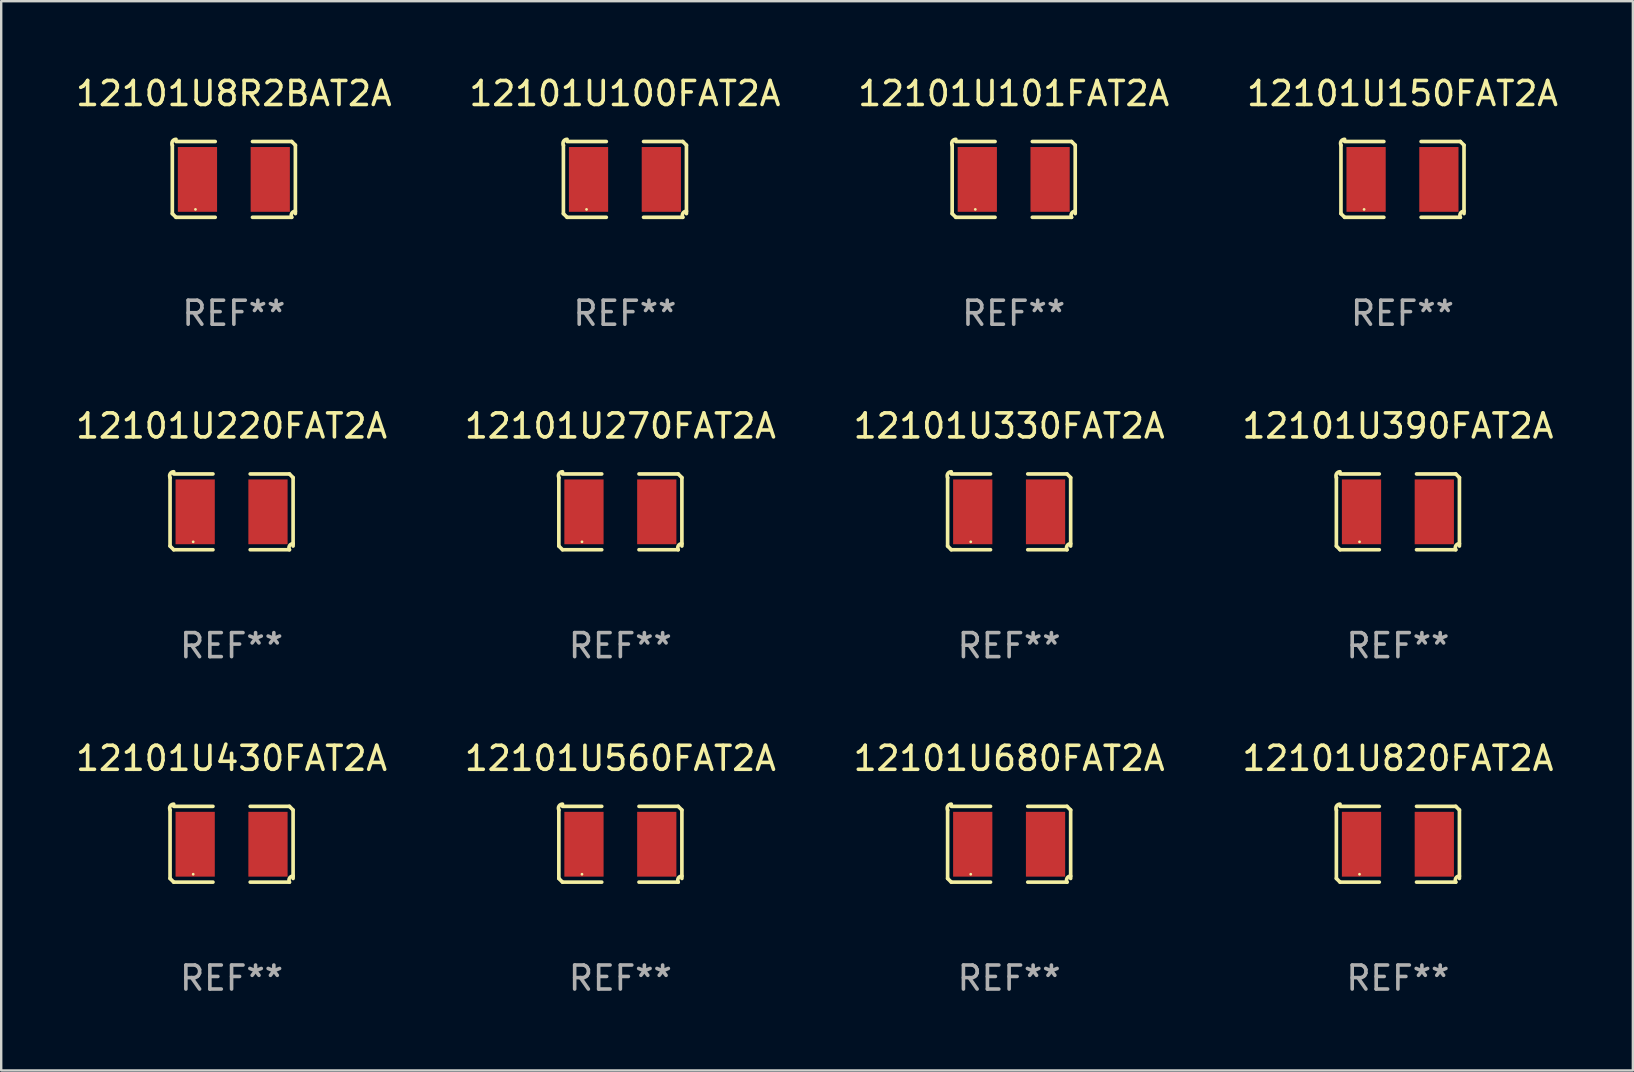
<source format=kicad_pcb>
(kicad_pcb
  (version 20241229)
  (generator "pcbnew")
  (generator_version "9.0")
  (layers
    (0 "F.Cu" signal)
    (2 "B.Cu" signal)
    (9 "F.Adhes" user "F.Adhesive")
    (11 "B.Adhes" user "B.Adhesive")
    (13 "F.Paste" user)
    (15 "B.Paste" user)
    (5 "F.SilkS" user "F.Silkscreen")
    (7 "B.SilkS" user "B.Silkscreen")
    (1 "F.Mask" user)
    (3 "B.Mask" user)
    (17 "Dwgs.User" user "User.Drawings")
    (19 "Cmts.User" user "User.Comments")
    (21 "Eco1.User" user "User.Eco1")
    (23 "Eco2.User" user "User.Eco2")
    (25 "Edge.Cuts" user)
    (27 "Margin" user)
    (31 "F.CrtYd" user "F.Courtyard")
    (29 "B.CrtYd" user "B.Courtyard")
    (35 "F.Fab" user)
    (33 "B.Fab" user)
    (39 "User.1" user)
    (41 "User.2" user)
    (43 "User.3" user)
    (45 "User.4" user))
  (footprint "12101U220FAT2A"
    (layer "F.Cu")
    (at 6.601 18.281)
    (property "Reference" "12101U220FAT2A" (at 0 -3.579 0) (layer "F.SilkS") (effects (font (size 1 1) (thickness 0.15))))
    (attr through_hole)
    (fp_line (start -2.564 1.426) (end -2.564 -1.426) (stroke (width 0.152) (type solid)) (layer "F.SilkS"))
    (fp_line (start -2.411 -1.579) (end -0.776 -1.579) (stroke (width 0.152) (type solid)) (layer "F.SilkS"))
    (fp_line (start -0.776 1.579) (end -2.411 1.579) (stroke (width 0.152) (type solid)) (layer "F.SilkS"))
    (fp_line (start 0.776 1.579) (end 2.411 1.579) (stroke (width 0.152) (type solid)) (layer "F.SilkS"))
    (fp_line (start 2.411 -1.579) (end 0.776 -1.579) (stroke (width 0.152) (type solid)) (layer "F.SilkS"))
    (fp_line (start 2.564 1.426) (end 2.564 -1.426) (stroke (width 0.152) (type solid)) (layer "F.SilkS"))
    (fp_arc (start -2.563602 -1.426213) (mid -2.555597 -1.591233) (end -2.411201 -1.671518) (stroke (width 0.1524) (type solid)) (layer "F.SilkS"))
    (fp_arc (start -2.5636 1.426214) (mid -2.487389 1.502402) (end -2.411201 1.578613) (stroke (width 0.1524) (type solid)) (layer "F.SilkS"))
    (fp_arc (start 2.411197 -1.578618) (mid 2.487403 -1.502419) (end 2.563602 -1.426213) (stroke (width 0.1524) (type solid)) (layer "F.SilkS"))
    (fp_arc (start 2.411201 1.578613) (mid 2.416214 1.409455) (end 2.563602 1.32629) (stroke (width 0.1524) (type solid)) (layer "F.SilkS"))
    (fp_circle (center -1.6 1.25) (end -1.57 1.25) (stroke (width 0.06) (type solid)) (fill no) (layer "F.SilkS"))
    (fp_text user "REF**" (at 0 5.579 0) (layer "F.Fab") (effects (font (size 1 1) (thickness 0.15))))
    (pad "1" smd rect (at -1.517 0) (size 1.635 2.7) (layers "F.Cu" "F.Mask" "F.Paste"))
    (pad "2" smd rect (at 1.517 0) (size 1.635 2.7) (layers "F.Cu" "F.Mask" "F.Paste")))
  (footprint "12101U680FAT2A"
    (layer "F.Cu")
    (at 39.006 32.134)
    (property "Reference" "12101U680FAT2A" (at 0 -3.579 0) (layer "F.SilkS") (effects (font (size 1 1) (thickness 0.15))))
    (attr through_hole)
    (fp_line (start -2.564 1.426) (end -2.564 -1.426) (stroke (width 0.152) (type solid)) (layer "F.SilkS"))
    (fp_line (start -2.411 -1.579) (end -0.776 -1.579) (stroke (width 0.152) (type solid)) (layer "F.SilkS"))
    (fp_line (start -0.776 1.579) (end -2.411 1.579) (stroke (width 0.152) (type solid)) (layer "F.SilkS"))
    (fp_line (start 0.776 1.579) (end 2.411 1.579) (stroke (width 0.152) (type solid)) (layer "F.SilkS"))
    (fp_line (start 2.411 -1.579) (end 0.776 -1.579) (stroke (width 0.152) (type solid)) (layer "F.SilkS"))
    (fp_line (start 2.564 1.426) (end 2.564 -1.426) (stroke (width 0.152) (type solid)) (layer "F.SilkS"))
    (fp_arc (start -2.563602 -1.426213) (mid -2.555597 -1.591233) (end -2.411201 -1.671518) (stroke (width 0.1524) (type solid)) (layer "F.SilkS"))
    (fp_arc (start -2.5636 1.426214) (mid -2.487389 1.502402) (end -2.411201 1.578613) (stroke (width 0.1524) (type solid)) (layer "F.SilkS"))
    (fp_arc (start 2.411197 -1.578618) (mid 2.487403 -1.502419) (end 2.563602 -1.426213) (stroke (width 0.1524) (type solid)) (layer "F.SilkS"))
    (fp_arc (start 2.411201 1.578613) (mid 2.416214 1.409455) (end 2.563602 1.32629) (stroke (width 0.1524) (type solid)) (layer "F.SilkS"))
    (fp_circle (center -1.6 1.25) (end -1.57 1.25) (stroke (width 0.06) (type solid)) (fill no) (layer "F.SilkS"))
    (fp_text user "REF**" (at 0 5.579 0) (layer "F.Fab") (effects (font (size 1 1) (thickness 0.15))))
    (pad "1" smd rect (at -1.517 0) (size 1.635 2.7) (layers "F.Cu" "F.Mask" "F.Paste"))
    (pad "2" smd rect (at 1.517 0) (size 1.635 2.7) (layers "F.Cu" "F.Mask" "F.Paste")))
  (footprint "12101U270FAT2A"
    (layer "F.Cu")
    (at 22.804 18.281)
    (property "Reference" "12101U270FAT2A" (at 0 -3.579 0) (layer "F.SilkS") (effects (font (size 1 1) (thickness 0.15))))
    (attr through_hole)
    (fp_line (start -2.564 1.426) (end -2.564 -1.426) (stroke (width 0.152) (type solid)) (layer "F.SilkS"))
    (fp_line (start -2.411 -1.579) (end -0.776 -1.579) (stroke (width 0.152) (type solid)) (layer "F.SilkS"))
    (fp_line (start -0.776 1.579) (end -2.411 1.579) (stroke (width 0.152) (type solid)) (layer "F.SilkS"))
    (fp_line (start 0.776 1.579) (end 2.411 1.579) (stroke (width 0.152) (type solid)) (layer "F.SilkS"))
    (fp_line (start 2.411 -1.579) (end 0.776 -1.579) (stroke (width 0.152) (type solid)) (layer "F.SilkS"))
    (fp_line (start 2.564 1.426) (end 2.564 -1.426) (stroke (width 0.152) (type solid)) (layer "F.SilkS"))
    (fp_arc (start -2.563602 -1.426213) (mid -2.555597 -1.591233) (end -2.411201 -1.671518) (stroke (width 0.1524) (type solid)) (layer "F.SilkS"))
    (fp_arc (start -2.5636 1.426214) (mid -2.487389 1.502402) (end -2.411201 1.578613) (stroke (width 0.1524) (type solid)) (layer "F.SilkS"))
    (fp_arc (start 2.411197 -1.578618) (mid 2.487403 -1.502419) (end 2.563602 -1.426213) (stroke (width 0.1524) (type solid)) (layer "F.SilkS"))
    (fp_arc (start 2.411201 1.578613) (mid 2.416214 1.409455) (end 2.563602 1.32629) (stroke (width 0.1524) (type solid)) (layer "F.SilkS"))
    (fp_circle (center -1.6 1.25) (end -1.57 1.25) (stroke (width 0.06) (type solid)) (fill no) (layer "F.SilkS"))
    (fp_text user "REF**" (at 0 5.579 0) (layer "F.Fab") (effects (font (size 1 1) (thickness 0.15))))
    (pad "1" smd rect (at -1.517 0) (size 1.635 2.7) (layers "F.Cu" "F.Mask" "F.Paste"))
    (pad "2" smd rect (at 1.517 0) (size 1.635 2.7) (layers "F.Cu" "F.Mask" "F.Paste")))
  (footprint "12101U8R2BAT2A"
    (layer "F.Cu")
    (at 6.696 4.427)
    (property "Reference" "12101U8R2BAT2A" (at 0 -3.579 0) (layer "F.SilkS") (effects (font (size 1 1) (thickness 0.15))))
    (attr through_hole)
    (fp_line (start -2.564 1.426) (end -2.564 -1.426) (stroke (width 0.152) (type solid)) (layer "F.SilkS"))
    (fp_line (start -2.411 -1.579) (end -0.776 -1.579) (stroke (width 0.152) (type solid)) (layer "F.SilkS"))
    (fp_line (start -0.776 1.579) (end -2.411 1.579) (stroke (width 0.152) (type solid)) (layer "F.SilkS"))
    (fp_line (start 0.776 1.579) (end 2.411 1.579) (stroke (width 0.152) (type solid)) (layer "F.SilkS"))
    (fp_line (start 2.411 -1.579) (end 0.776 -1.579) (stroke (width 0.152) (type solid)) (layer "F.SilkS"))
    (fp_line (start 2.564 1.426) (end 2.564 -1.426) (stroke (width 0.152) (type solid)) (layer "F.SilkS"))
    (fp_arc (start -2.563602 -1.426213) (mid -2.555597 -1.591233) (end -2.411201 -1.671518) (stroke (width 0.1524) (type solid)) (layer "F.SilkS"))
    (fp_arc (start -2.5636 1.426214) (mid -2.487389 1.502402) (end -2.411201 1.578613) (stroke (width 0.1524) (type solid)) (layer "F.SilkS"))
    (fp_arc (start 2.411197 -1.578618) (mid 2.487403 -1.502419) (end 2.563602 -1.426213) (stroke (width 0.1524) (type solid)) (layer "F.SilkS"))
    (fp_arc (start 2.411201 1.578613) (mid 2.416214 1.409455) (end 2.563602 1.32629) (stroke (width 0.1524) (type solid)) (layer "F.SilkS"))
    (fp_circle (center -1.6 1.25) (end -1.57 1.25) (stroke (width 0.06) (type solid)) (fill no) (layer "F.SilkS"))
    (fp_text user "REF**" (at 0 5.579 0) (layer "F.Fab") (effects (font (size 1 1) (thickness 0.15))))
    (pad "1" smd rect (at -1.517 0) (size 1.635 2.7) (layers "F.Cu" "F.Mask" "F.Paste"))
    (pad "2" smd rect (at 1.517 0) (size 1.635 2.7) (layers "F.Cu" "F.Mask" "F.Paste")))
  (footprint "12101U100FAT2A"
    (layer "F.Cu")
    (at 22.994 4.427)
    (property "Reference" "12101U100FAT2A" (at 0 -3.579 0) (layer "F.SilkS") (effects (font (size 1 1) (thickness 0.15))))
    (attr through_hole)
    (fp_line (start -2.564 1.426) (end -2.564 -1.426) (stroke (width 0.152) (type solid)) (layer "F.SilkS"))
    (fp_line (start -2.411 -1.579) (end -0.776 -1.579) (stroke (width 0.152) (type solid)) (layer "F.SilkS"))
    (fp_line (start -0.776 1.579) (end -2.411 1.579) (stroke (width 0.152) (type solid)) (layer "F.SilkS"))
    (fp_line (start 0.776 1.579) (end 2.411 1.579) (stroke (width 0.152) (type solid)) (layer "F.SilkS"))
    (fp_line (start 2.411 -1.579) (end 0.776 -1.579) (stroke (width 0.152) (type solid)) (layer "F.SilkS"))
    (fp_line (start 2.564 1.426) (end 2.564 -1.426) (stroke (width 0.152) (type solid)) (layer "F.SilkS"))
    (fp_arc (start -2.563602 -1.426213) (mid -2.555597 -1.591233) (end -2.411201 -1.671518) (stroke (width 0.1524) (type solid)) (layer "F.SilkS"))
    (fp_arc (start -2.5636 1.426214) (mid -2.487389 1.502402) (end -2.411201 1.578613) (stroke (width 0.1524) (type solid)) (layer "F.SilkS"))
    (fp_arc (start 2.411197 -1.578618) (mid 2.487403 -1.502419) (end 2.563602 -1.426213) (stroke (width 0.1524) (type solid)) (layer "F.SilkS"))
    (fp_arc (start 2.411201 1.578613) (mid 2.416214 1.409455) (end 2.563602 1.32629) (stroke (width 0.1524) (type solid)) (layer "F.SilkS"))
    (fp_circle (center -1.6 1.25) (end -1.57 1.25) (stroke (width 0.06) (type solid)) (fill no) (layer "F.SilkS"))
    (fp_text user "REF**" (at 0 5.579 0) (layer "F.Fab") (effects (font (size 1 1) (thickness 0.15))))
    (pad "1" smd rect (at -1.517 0) (size 1.635 2.7) (layers "F.Cu" "F.Mask" "F.Paste"))
    (pad "2" smd rect (at 1.517 0) (size 1.635 2.7) (layers "F.Cu" "F.Mask" "F.Paste")))
  (footprint "12101U101FAT2A"
    (layer "F.Cu")
    (at 39.196 4.427)
    (property "Reference" "12101U101FAT2A" (at 0 -3.579 0) (layer "F.SilkS") (effects (font (size 1 1) (thickness 0.15))))
    (attr through_hole)
    (fp_line (start -2.564 1.426) (end -2.564 -1.426) (stroke (width 0.152) (type solid)) (layer "F.SilkS"))
    (fp_line (start -2.411 -1.579) (end -0.776 -1.579) (stroke (width 0.152) (type solid)) (layer "F.SilkS"))
    (fp_line (start -0.776 1.579) (end -2.411 1.579) (stroke (width 0.152) (type solid)) (layer "F.SilkS"))
    (fp_line (start 0.776 1.579) (end 2.411 1.579) (stroke (width 0.152) (type solid)) (layer "F.SilkS"))
    (fp_line (start 2.411 -1.579) (end 0.776 -1.579) (stroke (width 0.152) (type solid)) (layer "F.SilkS"))
    (fp_line (start 2.564 1.426) (end 2.564 -1.426) (stroke (width 0.152) (type solid)) (layer "F.SilkS"))
    (fp_arc (start -2.563602 -1.426213) (mid -2.555597 -1.591233) (end -2.411201 -1.671518) (stroke (width 0.1524) (type solid)) (layer "F.SilkS"))
    (fp_arc (start -2.5636 1.426214) (mid -2.487389 1.502402) (end -2.411201 1.578613) (stroke (width 0.1524) (type solid)) (layer "F.SilkS"))
    (fp_arc (start 2.411197 -1.578618) (mid 2.487403 -1.502419) (end 2.563602 -1.426213) (stroke (width 0.1524) (type solid)) (layer "F.SilkS"))
    (fp_arc (start 2.411201 1.578613) (mid 2.416214 1.409455) (end 2.563602 1.32629) (stroke (width 0.1524) (type solid)) (layer "F.SilkS"))
    (fp_circle (center -1.6 1.25) (end -1.57 1.25) (stroke (width 0.06) (type solid)) (fill no) (layer "F.SilkS"))
    (fp_text user "REF**" (at 0 5.579 0) (layer "F.Fab") (effects (font (size 1 1) (thickness 0.15))))
    (pad "1" smd rect (at -1.517 0) (size 1.635 2.7) (layers "F.Cu" "F.Mask" "F.Paste"))
    (pad "2" smd rect (at 1.517 0) (size 1.635 2.7) (layers "F.Cu" "F.Mask" "F.Paste")))
  (footprint "12101U390FAT2A"
    (layer "F.Cu")
    (at 55.208 18.281)
    (property "Reference" "12101U390FAT2A" (at 0 -3.579 0) (layer "F.SilkS") (effects (font (size 1 1) (thickness 0.15))))
    (attr through_hole)
    (fp_line (start -2.564 1.426) (end -2.564 -1.426) (stroke (width 0.152) (type solid)) (layer "F.SilkS"))
    (fp_line (start -2.411 -1.579) (end -0.776 -1.579) (stroke (width 0.152) (type solid)) (layer "F.SilkS"))
    (fp_line (start -0.776 1.579) (end -2.411 1.579) (stroke (width 0.152) (type solid)) (layer "F.SilkS"))
    (fp_line (start 0.776 1.579) (end 2.411 1.579) (stroke (width 0.152) (type solid)) (layer "F.SilkS"))
    (fp_line (start 2.411 -1.579) (end 0.776 -1.579) (stroke (width 0.152) (type solid)) (layer "F.SilkS"))
    (fp_line (start 2.564 1.426) (end 2.564 -1.426) (stroke (width 0.152) (type solid)) (layer "F.SilkS"))
    (fp_arc (start -2.563602 -1.426213) (mid -2.555597 -1.591233) (end -2.411201 -1.671518) (stroke (width 0.1524) (type solid)) (layer "F.SilkS"))
    (fp_arc (start -2.5636 1.426214) (mid -2.487389 1.502402) (end -2.411201 1.578613) (stroke (width 0.1524) (type solid)) (layer "F.SilkS"))
    (fp_arc (start 2.411197 -1.578618) (mid 2.487403 -1.502419) (end 2.563602 -1.426213) (stroke (width 0.1524) (type solid)) (layer "F.SilkS"))
    (fp_arc (start 2.411201 1.578613) (mid 2.416214 1.409455) (end 2.563602 1.32629) (stroke (width 0.1524) (type solid)) (layer "F.SilkS"))
    (fp_circle (center -1.6 1.25) (end -1.57 1.25) (stroke (width 0.06) (type solid)) (fill no) (layer "F.SilkS"))
    (fp_text user "REF**" (at 0 5.579 0) (layer "F.Fab") (effects (font (size 1 1) (thickness 0.15))))
    (pad "1" smd rect (at -1.517 0) (size 1.635 2.7) (layers "F.Cu" "F.Mask" "F.Paste"))
    (pad "2" smd rect (at 1.517 0) (size 1.635 2.7) (layers "F.Cu" "F.Mask" "F.Paste")))
  (footprint "12101U560FAT2A"
    (layer "F.Cu")
    (at 22.804 32.134)
    (property "Reference" "12101U560FAT2A" (at 0 -3.579 0) (layer "F.SilkS") (effects (font (size 1 1) (thickness 0.15))))
    (attr through_hole)
    (fp_line (start -2.564 1.426) (end -2.564 -1.426) (stroke (width 0.152) (type solid)) (layer "F.SilkS"))
    (fp_line (start -2.411 -1.579) (end -0.776 -1.579) (stroke (width 0.152) (type solid)) (layer "F.SilkS"))
    (fp_line (start -0.776 1.579) (end -2.411 1.579) (stroke (width 0.152) (type solid)) (layer "F.SilkS"))
    (fp_line (start 0.776 1.579) (end 2.411 1.579) (stroke (width 0.152) (type solid)) (layer "F.SilkS"))
    (fp_line (start 2.411 -1.579) (end 0.776 -1.579) (stroke (width 0.152) (type solid)) (layer "F.SilkS"))
    (fp_line (start 2.564 1.426) (end 2.564 -1.426) (stroke (width 0.152) (type solid)) (layer "F.SilkS"))
    (fp_arc (start -2.563602 -1.426213) (mid -2.555597 -1.591233) (end -2.411201 -1.671518) (stroke (width 0.1524) (type solid)) (layer "F.SilkS"))
    (fp_arc (start -2.5636 1.426214) (mid -2.487389 1.502402) (end -2.411201 1.578613) (stroke (width 0.1524) (type solid)) (layer "F.SilkS"))
    (fp_arc (start 2.411197 -1.578618) (mid 2.487403 -1.502419) (end 2.563602 -1.426213) (stroke (width 0.1524) (type solid)) (layer "F.SilkS"))
    (fp_arc (start 2.411201 1.578613) (mid 2.416214 1.409455) (end 2.563602 1.32629) (stroke (width 0.1524) (type solid)) (layer "F.SilkS"))
    (fp_circle (center -1.6 1.25) (end -1.57 1.25) (stroke (width 0.06) (type solid)) (fill no) (layer "F.SilkS"))
    (fp_text user "REF**" (at 0 5.579 0) (layer "F.Fab") (effects (font (size 1 1) (thickness 0.15))))
    (pad "1" smd rect (at -1.517 0) (size 1.635 2.7) (layers "F.Cu" "F.Mask" "F.Paste"))
    (pad "2" smd rect (at 1.517 0) (size 1.635 2.7) (layers "F.Cu" "F.Mask" "F.Paste")))
  (footprint "12101U330FAT2A"
    (layer "F.Cu")
    (at 39.006 18.281)
    (property "Reference" "12101U330FAT2A" (at 0 -3.579 0) (layer "F.SilkS") (effects (font (size 1 1) (thickness 0.15))))
    (attr through_hole)
    (fp_line (start -2.564 1.426) (end -2.564 -1.426) (stroke (width 0.152) (type solid)) (layer "F.SilkS"))
    (fp_line (start -2.411 -1.579) (end -0.776 -1.579) (stroke (width 0.152) (type solid)) (layer "F.SilkS"))
    (fp_line (start -0.776 1.579) (end -2.411 1.579) (stroke (width 0.152) (type solid)) (layer "F.SilkS"))
    (fp_line (start 0.776 1.579) (end 2.411 1.579) (stroke (width 0.152) (type solid)) (layer "F.SilkS"))
    (fp_line (start 2.411 -1.579) (end 0.776 -1.579) (stroke (width 0.152) (type solid)) (layer "F.SilkS"))
    (fp_line (start 2.564 1.426) (end 2.564 -1.426) (stroke (width 0.152) (type solid)) (layer "F.SilkS"))
    (fp_arc (start -2.563602 -1.426213) (mid -2.555597 -1.591233) (end -2.411201 -1.671518) (stroke (width 0.1524) (type solid)) (layer "F.SilkS"))
    (fp_arc (start -2.5636 1.426214) (mid -2.487389 1.502402) (end -2.411201 1.578613) (stroke (width 0.1524) (type solid)) (layer "F.SilkS"))
    (fp_arc (start 2.411197 -1.578618) (mid 2.487403 -1.502419) (end 2.563602 -1.426213) (stroke (width 0.1524) (type solid)) (layer "F.SilkS"))
    (fp_arc (start 2.411201 1.578613) (mid 2.416214 1.409455) (end 2.563602 1.32629) (stroke (width 0.1524) (type solid)) (layer "F.SilkS"))
    (fp_circle (center -1.6 1.25) (end -1.57 1.25) (stroke (width 0.06) (type solid)) (fill no) (layer "F.SilkS"))
    (fp_text user "REF**" (at 0 5.579 0) (layer "F.Fab") (effects (font (size 1 1) (thickness 0.15))))
    (pad "1" smd rect (at -1.517 0) (size 1.635 2.7) (layers "F.Cu" "F.Mask" "F.Paste"))
    (pad "2" smd rect (at 1.517 0) (size 1.635 2.7) (layers "F.Cu" "F.Mask" "F.Paste")))
  (footprint "12101U820FAT2A"
    (layer "F.Cu")
    (at 55.208 32.134)
    (property "Reference" "12101U820FAT2A" (at 0 -3.579 0) (layer "F.SilkS") (effects (font (size 1 1) (thickness 0.15))))
    (attr through_hole)
    (fp_line (start -2.564 1.426) (end -2.564 -1.426) (stroke (width 0.152) (type solid)) (layer "F.SilkS"))
    (fp_line (start -2.411 -1.579) (end -0.776 -1.579) (stroke (width 0.152) (type solid)) (layer "F.SilkS"))
    (fp_line (start -0.776 1.579) (end -2.411 1.579) (stroke (width 0.152) (type solid)) (layer "F.SilkS"))
    (fp_line (start 0.776 1.579) (end 2.411 1.579) (stroke (width 0.152) (type solid)) (layer "F.SilkS"))
    (fp_line (start 2.411 -1.579) (end 0.776 -1.579) (stroke (width 0.152) (type solid)) (layer "F.SilkS"))
    (fp_line (start 2.564 1.426) (end 2.564 -1.426) (stroke (width 0.152) (type solid)) (layer "F.SilkS"))
    (fp_arc (start -2.563602 -1.426213) (mid -2.555597 -1.591233) (end -2.411201 -1.671518) (stroke (width 0.1524) (type solid)) (layer "F.SilkS"))
    (fp_arc (start -2.5636 1.426214) (mid -2.487389 1.502402) (end -2.411201 1.578613) (stroke (width 0.1524) (type solid)) (layer "F.SilkS"))
    (fp_arc (start 2.411197 -1.578618) (mid 2.487403 -1.502419) (end 2.563602 -1.426213) (stroke (width 0.1524) (type solid)) (layer "F.SilkS"))
    (fp_arc (start 2.411201 1.578613) (mid 2.416214 1.409455) (end 2.563602 1.32629) (stroke (width 0.1524) (type solid)) (layer "F.SilkS"))
    (fp_circle (center -1.6 1.25) (end -1.57 1.25) (stroke (width 0.06) (type solid)) (fill no) (layer "F.SilkS"))
    (fp_text user "REF**" (at 0 5.579 0) (layer "F.Fab") (effects (font (size 1 1) (thickness 0.15))))
    (pad "1" smd rect (at -1.517 0) (size 1.635 2.7) (layers "F.Cu" "F.Mask" "F.Paste"))
    (pad "2" smd rect (at 1.517 0) (size 1.635 2.7) (layers "F.Cu" "F.Mask" "F.Paste")))
  (footprint "12101U150FAT2A"
    (layer "F.Cu")
    (at 55.399 4.427)
    (property "Reference" "12101U150FAT2A" (at 0 -3.579 0) (layer "F.SilkS") (effects (font (size 1 1) (thickness 0.15))))
    (attr through_hole)
    (fp_line (start -2.564 1.426) (end -2.564 -1.426) (stroke (width 0.152) (type solid)) (layer "F.SilkS"))
    (fp_line (start -2.411 -1.579) (end -0.776 -1.579) (stroke (width 0.152) (type solid)) (layer "F.SilkS"))
    (fp_line (start -0.776 1.579) (end -2.411 1.579) (stroke (width 0.152) (type solid)) (layer "F.SilkS"))
    (fp_line (start 0.776 1.579) (end 2.411 1.579) (stroke (width 0.152) (type solid)) (layer "F.SilkS"))
    (fp_line (start 2.411 -1.579) (end 0.776 -1.579) (stroke (width 0.152) (type solid)) (layer "F.SilkS"))
    (fp_line (start 2.564 1.426) (end 2.564 -1.426) (stroke (width 0.152) (type solid)) (layer "F.SilkS"))
    (fp_arc (start -2.563602 -1.426213) (mid -2.555597 -1.591233) (end -2.411201 -1.671518) (stroke (width 0.1524) (type solid)) (layer "F.SilkS"))
    (fp_arc (start -2.5636 1.426214) (mid -2.487389 1.502402) (end -2.411201 1.578613) (stroke (width 0.1524) (type solid)) (layer "F.SilkS"))
    (fp_arc (start 2.411197 -1.578618) (mid 2.487403 -1.502419) (end 2.563602 -1.426213) (stroke (width 0.1524) (type solid)) (layer "F.SilkS"))
    (fp_arc (start 2.411201 1.578613) (mid 2.416214 1.409455) (end 2.563602 1.32629) (stroke (width 0.1524) (type solid)) (layer "F.SilkS"))
    (fp_circle (center -1.6 1.25) (end -1.57 1.25) (stroke (width 0.06) (type solid)) (fill no) (layer "F.SilkS"))
    (fp_text user "REF**" (at 0 5.579 0) (layer "F.Fab") (effects (font (size 1 1) (thickness 0.15))))
    (pad "1" smd rect (at -1.517 0) (size 1.635 2.7) (layers "F.Cu" "F.Mask" "F.Paste"))
    (pad "2" smd rect (at 1.517 0) (size 1.635 2.7) (layers "F.Cu" "F.Mask" "F.Paste")))
  (footprint "12101U430FAT2A"
    (layer "F.Cu")
    (at 6.601 32.134)
    (property "Reference" "12101U430FAT2A" (at 0 -3.579 0) (layer "F.SilkS") (effects (font (size 1 1) (thickness 0.15))))
    (attr through_hole)
    (fp_line (start -2.564 1.426) (end -2.564 -1.426) (stroke (width 0.152) (type solid)) (layer "F.SilkS"))
    (fp_line (start -2.411 -1.579) (end -0.776 -1.579) (stroke (width 0.152) (type solid)) (layer "F.SilkS"))
    (fp_line (start -0.776 1.579) (end -2.411 1.579) (stroke (width 0.152) (type solid)) (layer "F.SilkS"))
    (fp_line (start 0.776 1.579) (end 2.411 1.579) (stroke (width 0.152) (type solid)) (layer "F.SilkS"))
    (fp_line (start 2.411 -1.579) (end 0.776 -1.579) (stroke (width 0.152) (type solid)) (layer "F.SilkS"))
    (fp_line (start 2.564 1.426) (end 2.564 -1.426) (stroke (width 0.152) (type solid)) (layer "F.SilkS"))
    (fp_arc (start -2.563602 -1.426213) (mid -2.555597 -1.591233) (end -2.411201 -1.671518) (stroke (width 0.1524) (type solid)) (layer "F.SilkS"))
    (fp_arc (start -2.5636 1.426214) (mid -2.487389 1.502402) (end -2.411201 1.578613) (stroke (width 0.1524) (type solid)) (layer "F.SilkS"))
    (fp_arc (start 2.411197 -1.578618) (mid 2.487403 -1.502419) (end 2.563602 -1.426213) (stroke (width 0.1524) (type solid)) (layer "F.SilkS"))
    (fp_arc (start 2.411201 1.578613) (mid 2.416214 1.409455) (end 2.563602 1.32629) (stroke (width 0.1524) (type solid)) (layer "F.SilkS"))
    (fp_circle (center -1.6 1.25) (end -1.57 1.25) (stroke (width 0.06) (type solid)) (fill no) (layer "F.SilkS"))
    (fp_text user "REF**" (at 0 5.579 0) (layer "F.Fab") (effects (font (size 1 1) (thickness 0.15))))
    (pad "1" smd rect (at -1.517 0) (size 1.635 2.7) (layers "F.Cu" "F.Mask" "F.Paste"))
    (pad "2" smd rect (at 1.517 0) (size 1.635 2.7) (layers "F.Cu" "F.Mask" "F.Paste")))
  (gr_rect
    (start -3 -3)
    (end 65 41.561)
    (stroke (width 0.1) (type default))
    (fill no)
    (layer "Edge.Cuts")))
</source>
